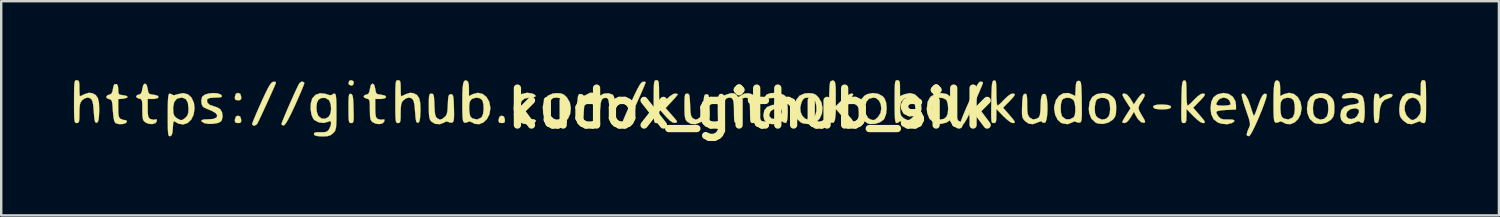
<source format=kicad_pcb>
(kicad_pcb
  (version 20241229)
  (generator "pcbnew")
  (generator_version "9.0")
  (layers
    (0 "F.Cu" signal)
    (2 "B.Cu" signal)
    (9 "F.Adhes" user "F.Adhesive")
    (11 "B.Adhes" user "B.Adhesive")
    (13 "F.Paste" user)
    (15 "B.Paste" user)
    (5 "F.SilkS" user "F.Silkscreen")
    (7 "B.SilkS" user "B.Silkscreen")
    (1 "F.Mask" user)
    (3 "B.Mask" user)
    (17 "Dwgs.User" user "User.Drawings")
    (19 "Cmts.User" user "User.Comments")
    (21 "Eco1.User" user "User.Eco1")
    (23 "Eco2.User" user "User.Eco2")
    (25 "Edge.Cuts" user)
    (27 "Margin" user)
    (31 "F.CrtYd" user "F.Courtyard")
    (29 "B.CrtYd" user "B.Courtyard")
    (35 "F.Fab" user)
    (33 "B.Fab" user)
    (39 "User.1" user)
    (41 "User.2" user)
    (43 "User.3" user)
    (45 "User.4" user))
  (footprint "kudox_github_silk"
    (layer "F.Cu")
    (at 27.945 1.418)
    (property "Reference" "kudox_github_silk" (at 0 0 0) (layer "F.SilkS") (effects (font (size 1.524 1.524) (thickness 0.3))))
    (attr through_hole)
    (fp_poly (pts (xy -16.418 -1.121) (xy -16.4 -1.049) (xy -16.439 -0.957) (xy -16.51 -0.939) (xy -16.602 -0.978) (xy -16.62 -1.049) (xy -16.581 -1.141) (xy -16.51 -1.16) (xy -16.418 -1.121)) (stroke (width 0.01) (type solid)) (fill yes) (layer "F.SilkS"))
    (fp_poly (pts (xy -21.086 -0.598) (xy -21.048 -0.483) (xy -21.05 -0.373) (xy -21.112 -0.335) (xy -21.176 -0.331) (xy -21.279 -0.347) (xy -21.308 -0.416) (xy -21.304 -0.483) (xy -21.264 -0.602) (xy -21.176 -0.635) (xy -21.086 -0.598)) (stroke (width 0.01) (type solid)) (fill yes) (layer "F.SilkS"))
    (fp_poly (pts (xy -21.086 0.34) (xy -21.048 0.456) (xy -21.05 0.566) (xy -21.112 0.604) (xy -21.176 0.607) (xy -21.279 0.592) (xy -21.308 0.523) (xy -21.304 0.456) (xy -21.264 0.337) (xy -21.176 0.304) (xy -21.086 0.34)) (stroke (width 0.01) (type solid)) (fill yes) (layer "F.SilkS"))
    (fp_poly (pts (xy -10.208 0.34) (xy -10.17 0.456) (xy -10.172 0.566) (xy -10.234 0.604) (xy -10.298 0.607) (xy -10.402 0.592) (xy -10.431 0.523) (xy -10.426 0.456) (xy -10.386 0.337) (xy -10.298 0.304) (xy -10.208 0.34)) (stroke (width 0.01) (type solid)) (fill yes) (layer "F.SilkS"))
    (fp_poly (pts (xy 16.985 -0.155) (xy 17.179 -0.137) (xy 17.281 -0.106) (xy 17.311 -0.055) (xy 17.279 -0.003) (xy 17.173 0.028) (xy 17.007 0.042) (xy 16.822 0.041) (xy 16.675 0.022) (xy 16.621 0.003) (xy 16.565 -0.063) (xy 16.607 -0.115) (xy 16.733 -0.148) (xy 16.931 -0.157) (xy 16.985 -0.155)) (stroke (width 0.01) (type solid)) (fill yes) (layer "F.SilkS"))
    (fp_poly (pts (xy -16.524 -0.597) (xy -16.48 -0.575) (xy -16.451 -0.518) (xy -16.431 -0.404) (xy -16.419 -0.216) (xy -16.412 0.014) (xy -16.406 0.276) (xy -16.407 0.447) (xy -16.419 0.546) (xy -16.444 0.593) (xy -16.486 0.607) (xy -16.508 0.607) (xy -16.557 0.601) (xy -16.589 0.568) (xy -16.608 0.491) (xy -16.617 0.35) (xy -16.62 0.126) (xy -16.62 -0.004) (xy -16.619 -0.271) (xy -16.612 -0.446) (xy -16.598 -0.547) (xy -16.572 -0.592) (xy -16.533 -0.598) (xy -16.524 -0.597)) (stroke (width 0.01) (type solid)) (fill yes) (layer "F.SilkS"))
    (fp_poly (pts (xy 9.536 -1.082) (xy 9.553 -1.055) (xy 9.531 -0.991) (xy 9.471 -0.844) (xy 9.381 -0.631) (xy 9.267 -0.371) (xy 9.172 -0.158) (xy 9.007 0.197) (xy 8.875 0.455) (xy 8.772 0.623) (xy 8.691 0.707) (xy 8.63 0.714) (xy 8.597 0.679) (xy 8.61 0.617) (xy 8.662 0.471) (xy 8.746 0.26) (xy 8.856 -0.000144) (xy 8.96 -0.235) (xy 9.112 -0.569) (xy 9.231 -0.812) (xy 9.321 -0.975) (xy 9.389 -1.068) (xy 9.441 -1.103) (xy 9.451 -1.104) (xy 9.536 -1.082)) (stroke (width 0.01) (type solid)) (fill yes) (layer "F.SilkS"))
    (fp_poly (pts (xy -19.622 -1.091) (xy -19.616 -1.04) (xy -19.673 -0.906) (xy -19.759 -0.709) (xy -19.866 -0.47) (xy -19.984 -0.212) (xy -20.102 0.046) (xy -20.212 0.282) (xy -20.304 0.475) (xy -20.367 0.605) (xy -20.391 0.649) (xy -20.483 0.711) (xy -20.52 0.718) (xy -20.588 0.678) (xy -20.595 0.649) (xy -20.572 0.577) (xy -20.512 0.424) (xy -20.42 0.207) (xy -20.306 -0.055) (xy -20.219 -0.248) (xy -20.074 -0.564) (xy -19.963 -0.791) (xy -19.879 -0.944) (xy -19.812 -1.037) (xy -19.754 -1.083) (xy -19.715 -1.095) (xy -19.622 -1.091)) (stroke (width 0.01) (type solid)) (fill yes) (layer "F.SilkS"))
    (fp_poly (pts (xy -18.451 -1.066) (xy -18.443 -1.035) (xy -18.465 -0.964) (xy -18.526 -0.811) (xy -18.618 -0.594) (xy -18.732 -0.332) (xy -18.819 -0.138) (xy -18.984 0.215) (xy -19.118 0.476) (xy -19.219 0.641) (xy -19.285 0.707) (xy -19.288 0.708) (xy -19.367 0.686) (xy -19.381 0.644) (xy -19.36 0.573) (xy -19.301 0.423) (xy -19.215 0.216) (xy -19.111 -0.027) (xy -18.998 -0.285) (xy -18.886 -0.536) (xy -18.784 -0.758) (xy -18.701 -0.931) (xy -18.648 -1.032) (xy -18.646 -1.035) (xy -18.557 -1.099) (xy -18.522 -1.104) (xy -18.451 -1.066)) (stroke (width 0.01) (type solid)) (fill yes) (layer "F.SilkS"))
    (fp_poly (pts (xy -4.385 -1.094) (xy -4.362 -1.075) (xy -4.384 -1.01) (xy -4.443 -0.866) (xy -4.53 -0.664) (xy -4.636 -0.425) (xy -4.75 -0.171) (xy -4.864 0.078) (xy -4.968 0.301) (xy -5.052 0.476) (xy -5.107 0.582) (xy -5.114 0.594) (xy -5.196 0.679) (xy -5.286 0.719) (xy -5.347 0.702) (xy -5.356 0.671) (xy -5.334 0.607) (xy -5.274 0.461) (xy -5.184 0.249) (xy -5.069 -0.011) (xy -4.973 -0.226) (xy -4.821 -0.557) (xy -4.703 -0.796) (xy -4.613 -0.958) (xy -4.543 -1.052) (xy -4.487 -1.092) (xy -4.476 -1.094) (xy -4.385 -1.094)) (stroke (width 0.01) (type solid)) (fill yes) (layer "F.SilkS"))
    (fp_poly (pts (xy -9.035 -0.61) (xy -8.916 -0.546) (xy -8.902 -0.49) (xy -8.988 -0.453) (xy -9.135 -0.442) (xy -9.345 -0.409) (xy -9.478 -0.304) (xy -9.543 -0.118) (xy -9.553 0.031) (xy -9.519 0.243) (xy -9.414 0.375) (xy -9.229 0.436) (xy -9.12 0.442) (xy -8.958 0.456) (xy -8.893 0.502) (xy -8.89 0.519) (xy -8.938 0.599) (xy -9.062 0.648) (xy -9.23 0.661) (xy -9.41 0.631) (xy -9.47 0.61) (xy -9.65 0.495) (xy -9.757 0.317) (xy -9.798 0.063) (xy -9.799 -0.001) (xy -9.79 -0.207) (xy -9.754 -0.343) (xy -9.681 -0.45) (xy -9.671 -0.461) (xy -9.483 -0.588) (xy -9.254 -0.641) (xy -9.035 -0.61)) (stroke (width 0.01) (type solid)) (fill yes) (layer "F.SilkS"))
    (fp_poly (pts (xy 25.877 -0.57) (xy 25.897 -0.488) (xy 25.904 -0.407) (xy 25.946 -0.416) (xy 25.997 -0.46) (xy 26.119 -0.539) (xy 26.257 -0.585) (xy 26.377 -0.593) (xy 26.444 -0.558) (xy 26.449 -0.536) (xy 26.4 -0.462) (xy 26.289 -0.415) (xy 26.117 -0.349) (xy 26.003 -0.226) (xy 25.935 -0.031) (xy 25.906 0.225) (xy 25.891 0.428) (xy 25.868 0.545) (xy 25.831 0.597) (xy 25.78 0.607) (xy 25.735 0.599) (xy 25.705 0.561) (xy 25.687 0.474) (xy 25.679 0.32) (xy 25.676 0.08) (xy 25.676 0) (xy 25.677 -0.266) (xy 25.683 -0.44) (xy 25.698 -0.543) (xy 25.724 -0.592) (xy 25.766 -0.607) (xy 25.787 -0.607) (xy 25.877 -0.57)) (stroke (width 0.01) (type solid)) (fill yes) (layer "F.SilkS"))
    (fp_poly (pts (xy 5.226 -0.6) (xy 5.413 -0.5) (xy 5.488 -0.416) (xy 5.559 -0.23) (xy 5.581 0.002) (xy 5.555 0.235) (xy 5.484 0.426) (xy 5.453 0.47) (xy 5.301 0.577) (xy 5.096 0.641) (xy 4.891 0.648) (xy 4.804 0.626) (xy 4.616 0.499) (xy 4.492 0.311) (xy 4.435 0.089) (xy 4.439 -0.002) (xy 4.693 -0.002) (xy 4.723 0.242) (xy 4.814 0.398) (xy 4.914 0.459) (xy 5.023 0.487) (xy 5.106 0.463) (xy 5.21 0.371) (xy 5.221 0.361) (xy 5.323 0.201) (xy 5.359 0.014) (xy 5.336 -0.171) (xy 5.259 -0.327) (xy 5.135 -0.424) (xy 5.04 -0.442) (xy 4.856 -0.399) (xy 4.741 -0.269) (xy 4.695 -0.052) (xy 4.693 -0.002) (xy 4.439 -0.002) (xy 4.445 -0.142) (xy 4.521 -0.353) (xy 4.665 -0.52) (xy 4.776 -0.583) (xy 5.001 -0.63) (xy 5.226 -0.6)) (stroke (width 0.01) (type solid)) (fill yes) (layer "F.SilkS"))
    (fp_poly (pts (xy -7.851 -0.614) (xy -7.729 -0.562) (xy -7.611 -0.45) (xy -7.492 -0.247) (xy -7.448 -0.013) (xy -7.474 0.223) (xy -7.567 0.43) (xy -7.724 0.576) (xy -7.738 0.584) (xy -7.988 0.655) (xy -8.243 0.624) (xy -8.344 0.58) (xy -8.5 0.435) (xy -8.589 0.215) (xy -8.601 -0.033) (xy -8.367 -0.033) (xy -8.349 0.156) (xy -8.279 0.312) (xy -8.171 0.422) (xy -8.043 0.471) (xy -7.908 0.446) (xy -7.782 0.334) (xy -7.742 0.27) (xy -7.699 0.111) (xy -7.7 -0.087) (xy -7.739 -0.271) (xy -7.787 -0.361) (xy -7.886 -0.417) (xy -8.033 -0.442) (xy -8.044 -0.442) (xy -8.175 -0.428) (xy -8.255 -0.365) (xy -8.317 -0.241) (xy -8.367 -0.033) (xy -8.601 -0.033) (xy -8.602 -0.06) (xy -8.599 -0.09) (xy -8.531 -0.349) (xy -8.394 -0.522) (xy -8.185 -0.612) (xy -8.029 -0.626) (xy -7.851 -0.614)) (stroke (width 0.01) (type solid)) (fill yes) (layer "F.SilkS"))
    (fp_poly (pts (xy 2.53 -0.614) (xy 2.652 -0.562) (xy 2.77 -0.45) (xy 2.889 -0.247) (xy 2.933 -0.013) (xy 2.907 0.223) (xy 2.813 0.43) (xy 2.657 0.576) (xy 2.642 0.584) (xy 2.393 0.655) (xy 2.138 0.624) (xy 2.037 0.58) (xy 1.881 0.435) (xy 1.792 0.215) (xy 1.78 -0.033) (xy 2.014 -0.033) (xy 2.032 0.156) (xy 2.102 0.312) (xy 2.209 0.422) (xy 2.338 0.471) (xy 2.473 0.446) (xy 2.599 0.334) (xy 2.639 0.27) (xy 2.682 0.111) (xy 2.681 -0.087) (xy 2.642 -0.271) (xy 2.593 -0.361) (xy 2.495 -0.417) (xy 2.348 -0.442) (xy 2.337 -0.442) (xy 2.206 -0.428) (xy 2.126 -0.365) (xy 2.064 -0.241) (xy 2.014 -0.033) (xy 1.78 -0.033) (xy 1.778 -0.06) (xy 1.781 -0.09) (xy 1.85 -0.349) (xy 1.987 -0.522) (xy 2.196 -0.612) (xy 2.352 -0.626) (xy 2.53 -0.614)) (stroke (width 0.01) (type solid)) (fill yes) (layer "F.SilkS"))
    (fp_poly (pts (xy 16.221 -0.582) (xy 16.217 -0.5) (xy 16.138 -0.352) (xy 16.096 -0.288) (xy 16.004 -0.141) (xy 15.969 -0.027) (xy 15.993 0.089) (xy 16.077 0.246) (xy 16.122 0.318) (xy 16.211 0.472) (xy 16.24 0.557) (xy 16.215 0.594) (xy 16.202 0.598) (xy 16.074 0.572) (xy 15.944 0.443) (xy 15.864 0.311) (xy 15.778 0.144) (xy 15.642 0.376) (xy 15.528 0.531) (xy 15.423 0.604) (xy 15.4 0.607) (xy 15.313 0.591) (xy 15.295 0.571) (xy 15.323 0.508) (xy 15.394 0.383) (xy 15.467 0.267) (xy 15.638 0) (xy 15.467 -0.267) (xy 15.358 -0.441) (xy 15.309 -0.543) (xy 15.314 -0.592) (xy 15.372 -0.607) (xy 15.403 -0.607) (xy 15.506 -0.557) (xy 15.621 -0.419) (xy 15.643 -0.385) (xy 15.775 -0.162) (xy 15.923 -0.385) (xy 16.025 -0.516) (xy 16.118 -0.596) (xy 16.152 -0.607) (xy 16.221 -0.582)) (stroke (width 0.01) (type solid)) (fill yes) (layer "F.SilkS"))
    (fp_poly (pts (xy 20.397 -0.526) (xy 20.491 -0.355) (xy 20.579 -0.112) (xy 20.64 0.083) (xy 20.691 0.233) (xy 20.723 0.31) (xy 20.725 0.313) (xy 20.753 0.277) (xy 20.804 0.157) (xy 20.87 -0.024) (xy 20.9 -0.111) (xy 20.996 -0.37) (xy 21.08 -0.529) (xy 21.159 -0.599) (xy 21.242 -0.59) (xy 21.252 -0.584) (xy 21.255 -0.522) (xy 21.219 -0.38) (xy 21.151 -0.18) (xy 21.061 0.058) (xy 20.957 0.314) (xy 20.847 0.568) (xy 20.74 0.798) (xy 20.645 0.986) (xy 20.569 1.109) (xy 20.527 1.149) (xy 20.445 1.128) (xy 20.43 1.078) (xy 20.455 0.969) (xy 20.514 0.827) (xy 20.518 0.82) (xy 20.553 0.742) (xy 20.568 0.666) (xy 20.559 0.569) (xy 20.522 0.428) (xy 20.453 0.22) (xy 20.395 0.053) (xy 20.315 -0.187) (xy 20.257 -0.389) (xy 20.226 -0.531) (xy 20.227 -0.588) (xy 20.307 -0.607) (xy 20.397 -0.526)) (stroke (width 0.01) (type solid)) (fill yes) (layer "F.SilkS"))
    (fp_poly (pts (xy 7.853 -0.627) (xy 8.061 -0.587) (xy 8.219 -0.475) (xy 8.304 -0.373) (xy 8.349 -0.26) (xy 8.364 -0.095) (xy 8.365 0) (xy 8.358 0.2) (xy 8.327 0.33) (xy 8.261 0.431) (xy 8.222 0.472) (xy 8.04 0.59) (xy 7.819 0.644) (xy 7.604 0.625) (xy 7.516 0.589) (xy 7.344 0.428) (xy 7.252 0.193) (xy 7.235 0.016) (xy 7.236 0.013) (xy 7.482 0.013) (xy 7.494 0.197) (xy 7.538 0.314) (xy 7.614 0.393) (xy 7.778 0.466) (xy 7.941 0.435) (xy 8.048 0.343) (xy 8.098 0.215) (xy 8.116 0.034) (xy 8.104 -0.156) (xy 8.062 -0.308) (xy 8.03 -0.355) (xy 7.895 -0.426) (xy 7.731 -0.434) (xy 7.589 -0.38) (xy 7.558 -0.35) (xy 7.513 -0.243) (xy 7.486 -0.075) (xy 7.482 0.013) (xy 7.236 0.013) (xy 7.27 -0.266) (xy 7.378 -0.467) (xy 7.562 -0.587) (xy 7.821 -0.627) (xy 7.853 -0.627)) (stroke (width 0.01) (type solid)) (fill yes) (layer "F.SilkS"))
    (fp_poly (pts (xy 14.534 -0.627) (xy 14.742 -0.587) (xy 14.901 -0.475) (xy 14.986 -0.373) (xy 15.03 -0.26) (xy 15.046 -0.095) (xy 15.047 0) (xy 15.039 0.2) (xy 15.008 0.33) (xy 14.942 0.431) (xy 14.903 0.472) (xy 14.721 0.59) (xy 14.5 0.644) (xy 14.285 0.625) (xy 14.197 0.589) (xy 14.025 0.428) (xy 13.933 0.193) (xy 13.917 0.016) (xy 13.917 0.013) (xy 14.163 0.013) (xy 14.175 0.197) (xy 14.219 0.314) (xy 14.295 0.393) (xy 14.46 0.466) (xy 14.622 0.435) (xy 14.729 0.343) (xy 14.779 0.215) (xy 14.798 0.034) (xy 14.785 -0.156) (xy 14.743 -0.308) (xy 14.711 -0.355) (xy 14.576 -0.426) (xy 14.412 -0.434) (xy 14.27 -0.38) (xy 14.239 -0.35) (xy 14.194 -0.243) (xy 14.167 -0.075) (xy 14.163 0.013) (xy 13.917 0.013) (xy 13.951 -0.266) (xy 14.06 -0.467) (xy 14.243 -0.587) (xy 14.503 -0.627) (xy 14.534 -0.627)) (stroke (width 0.01) (type solid)) (fill yes) (layer "F.SilkS"))
    (fp_poly (pts (xy 23.535 -0.627) (xy 23.743 -0.587) (xy 23.901 -0.475) (xy 23.986 -0.373) (xy 24.03 -0.26) (xy 24.046 -0.095) (xy 24.047 0) (xy 24.04 0.2) (xy 24.009 0.33) (xy 23.942 0.431) (xy 23.904 0.472) (xy 23.721 0.59) (xy 23.5 0.644) (xy 23.285 0.625) (xy 23.197 0.589) (xy 23.026 0.428) (xy 22.934 0.193) (xy 22.917 0.016) (xy 22.918 0.013) (xy 23.164 0.013) (xy 23.175 0.197) (xy 23.22 0.314) (xy 23.296 0.393) (xy 23.46 0.466) (xy 23.623 0.435) (xy 23.73 0.343) (xy 23.78 0.215) (xy 23.798 0.034) (xy 23.786 -0.156) (xy 23.743 -0.308) (xy 23.712 -0.355) (xy 23.577 -0.426) (xy 23.412 -0.434) (xy 23.271 -0.38) (xy 23.239 -0.35) (xy 23.195 -0.243) (xy 23.167 -0.075) (xy 23.164 0.013) (xy 22.918 0.013) (xy 22.951 -0.266) (xy 23.06 -0.467) (xy 23.244 -0.587) (xy 23.503 -0.627) (xy 23.535 -0.627)) (stroke (width 0.01) (type solid)) (fill yes) (layer "F.SilkS"))
    (fp_poly (pts (xy -22.023 -0.617) (xy -21.891 -0.571) (xy -21.844 -0.518) (xy -21.851 -0.473) (xy -21.931 -0.449) (xy -22.1 -0.442) (xy -22.118 -0.442) (xy -22.315 -0.431) (xy -22.423 -0.396) (xy -22.454 -0.358) (xy -22.448 -0.241) (xy -22.347 -0.145) (xy -22.186 -0.089) (xy -22.028 -0.035) (xy -21.911 0.037) (xy -21.836 0.163) (xy -21.813 0.328) (xy -21.843 0.481) (xy -21.894 0.552) (xy -22.019 0.607) (xy -22.205 0.639) (xy -22.401 0.642) (xy -22.56 0.613) (xy -22.57 0.609) (xy -22.678 0.544) (xy -22.683 0.491) (xy -22.592 0.459) (xy -22.419 0.454) (xy -22.196 0.439) (xy -22.066 0.38) (xy -22.033 0.293) (xy -22.102 0.194) (xy -22.274 0.096) (xy -22.333 0.074) (xy -22.488 0.011) (xy -22.604 -0.05) (xy -22.62 -0.062) (xy -22.677 -0.168) (xy -22.692 -0.321) (xy -22.66 -0.463) (xy -22.648 -0.484) (xy -22.548 -0.562) (xy -22.387 -0.611) (xy -22.2 -0.63) (xy -22.023 -0.617)) (stroke (width 0.01) (type solid)) (fill yes) (layer "F.SilkS"))
    (fp_poly (pts (xy 3.39 -1.142) (xy 3.433 -1.106) (xy 3.46 -1.024) (xy 3.474 -0.877) (xy 3.479 -0.643) (xy 3.479 -0.597) (xy 3.479 -0.087) (xy 3.743 -0.347) (xy 3.906 -0.49) (xy 4.048 -0.582) (xy 4.15 -0.615) (xy 4.196 -0.58) (xy 4.197 -0.57) (xy 4.164 -0.511) (xy 4.077 -0.395) (xy 3.972 -0.265) (xy 3.747 0.001) (xy 4.001 0.29) (xy 4.131 0.442) (xy 4.195 0.53) (xy 4.2 0.575) (xy 4.154 0.595) (xy 4.129 0.599) (xy 4.036 0.586) (xy 3.925 0.511) (xy 3.775 0.359) (xy 3.744 0.325) (xy 3.486 0.032) (xy 3.468 0.305) (xy 3.444 0.49) (xy 3.396 0.581) (xy 3.366 0.595) (xy 3.267 0.588) (xy 3.241 0.572) (xy 3.225 0.502) (xy 3.213 0.346) (xy 3.206 0.129) (xy 3.204 -0.126) (xy 3.206 -0.393) (xy 3.212 -0.648) (xy 3.223 -0.868) (xy 3.237 -1.027) (xy 3.253 -1.099) (xy 3.339 -1.148) (xy 3.39 -1.142)) (stroke (width 0.01) (type solid)) (fill yes) (layer "F.SilkS"))
    (fp_poly (pts (xy -24.945 -0.968) (xy -24.904 -0.807) (xy -24.903 -0.801) (xy -24.877 -0.658) (xy -24.826 -0.592) (xy -24.715 -0.567) (xy -24.668 -0.563) (xy -24.51 -0.528) (xy -24.453 -0.473) (xy -24.494 -0.419) (xy -24.632 -0.388) (xy -24.682 -0.387) (xy -24.903 -0.387) (xy -24.903 -0.002) (xy -24.898 0.209) (xy -24.88 0.336) (xy -24.84 0.408) (xy -24.797 0.44) (xy -24.669 0.471) (xy -24.598 0.461) (xy -24.529 0.457) (xy -24.525 0.53) (xy -24.59 0.614) (xy -24.718 0.651) (xy -24.872 0.637) (xy -25 0.579) (xy -25.063 0.522) (xy -25.1 0.446) (xy -25.118 0.321) (xy -25.124 0.121) (xy -25.124 0.056) (xy -25.126 -0.162) (xy -25.137 -0.294) (xy -25.163 -0.362) (xy -25.211 -0.39) (xy -25.244 -0.396) (xy -25.354 -0.439) (xy -25.382 -0.501) (xy -25.321 -0.552) (xy -25.279 -0.562) (xy -25.191 -0.596) (xy -25.144 -0.688) (xy -25.124 -0.801) (xy -25.083 -0.965) (xy -25.016 -1.021) (xy -25.013 -1.022) (xy -24.945 -0.968)) (stroke (width 0.01) (type solid)) (fill yes) (layer "F.SilkS"))
    (fp_poly (pts (xy -15.558 -0.968) (xy -15.517 -0.807) (xy -15.516 -0.801) (xy -15.49 -0.658) (xy -15.439 -0.592) (xy -15.328 -0.567) (xy -15.281 -0.563) (xy -15.123 -0.528) (xy -15.066 -0.473) (xy -15.107 -0.419) (xy -15.245 -0.388) (xy -15.295 -0.387) (xy -15.516 -0.387) (xy -15.516 -0.002) (xy -15.511 0.209) (xy -15.493 0.336) (xy -15.453 0.408) (xy -15.41 0.44) (xy -15.282 0.471) (xy -15.211 0.461) (xy -15.142 0.457) (xy -15.138 0.53) (xy -15.203 0.614) (xy -15.331 0.651) (xy -15.485 0.637) (xy -15.613 0.579) (xy -15.676 0.522) (xy -15.713 0.446) (xy -15.731 0.321) (xy -15.737 0.121) (xy -15.737 0.056) (xy -15.739 -0.162) (xy -15.75 -0.294) (xy -15.776 -0.362) (xy -15.824 -0.39) (xy -15.857 -0.396) (xy -15.967 -0.439) (xy -15.995 -0.501) (xy -15.934 -0.552) (xy -15.892 -0.562) (xy -15.804 -0.596) (xy -15.757 -0.688) (xy -15.737 -0.801) (xy -15.696 -0.965) (xy -15.629 -1.021) (xy -15.627 -1.022) (xy -15.558 -0.968)) (stroke (width 0.01) (type solid)) (fill yes) (layer "F.SilkS"))
    (fp_poly (pts (xy 11.326 -0.594) (xy 11.355 -0.55) (xy 11.37 -0.444) (xy 11.375 -0.255) (xy 11.375 -0.17) (xy 11.379 0.066) (xy 11.397 0.22) (xy 11.433 0.32) (xy 11.484 0.385) (xy 11.616 0.46) (xy 11.766 0.431) (xy 11.858 0.371) (xy 11.899 0.281) (xy 11.923 0.096) (xy 11.928 -0.076) (xy 11.938 -0.344) (xy 11.97 -0.512) (xy 12.027 -0.591) (xy 12.113 -0.59) (xy 12.115 -0.59) (xy 12.161 -0.519) (xy 12.193 -0.368) (xy 12.21 -0.166) (xy 12.213 0.057) (xy 12.201 0.274) (xy 12.175 0.454) (xy 12.135 0.568) (xy 12.11 0.591) (xy 12.022 0.592) (xy 11.995 0.563) (xy 11.948 0.532) (xy 11.838 0.569) (xy 11.815 0.581) (xy 11.607 0.654) (xy 11.434 0.631) (xy 11.287 0.525) (xy 11.221 0.45) (xy 11.181 0.371) (xy 11.163 0.26) (xy 11.161 0.086) (xy 11.166 -0.096) (xy 11.177 -0.333) (xy 11.194 -0.481) (xy 11.221 -0.561) (xy 11.265 -0.594) (xy 11.278 -0.597) (xy 11.326 -0.594)) (stroke (width 0.01) (type solid)) (fill yes) (layer "F.SilkS"))
    (fp_poly (pts (xy 19.691 -0.593) (xy 19.861 -0.475) (xy 19.966 -0.292) (xy 19.989 -0.133) (xy 19.989 0.05) (xy 19.593 0.067) (xy 19.389 0.083) (xy 19.242 0.11) (xy 19.177 0.143) (xy 19.177 0.143) (xy 19.194 0.225) (xy 19.264 0.337) (xy 19.349 0.418) (xy 19.455 0.454) (xy 19.624 0.459) (xy 19.653 0.458) (xy 19.837 0.463) (xy 19.923 0.495) (xy 19.909 0.55) (xy 19.827 0.605) (xy 19.629 0.656) (xy 19.392 0.635) (xy 19.242 0.586) (xy 19.068 0.453) (xy 18.967 0.239) (xy 18.94 0.001) (xy 18.962 -0.209) (xy 19.18 -0.209) (xy 19.181 -0.146) (xy 19.266 -0.118) (xy 19.445 -0.11) (xy 19.464 -0.11) (xy 19.641 -0.12) (xy 19.748 -0.147) (xy 19.768 -0.169) (xy 19.723 -0.319) (xy 19.612 -0.413) (xy 19.468 -0.442) (xy 19.324 -0.395) (xy 19.246 -0.319) (xy 19.18 -0.209) (xy 18.962 -0.209) (xy 18.968 -0.266) (xy 19.057 -0.452) (xy 19.215 -0.571) (xy 19.239 -0.582) (xy 19.477 -0.633) (xy 19.691 -0.593)) (stroke (width 0.01) (type solid)) (fill yes) (layer "F.SilkS"))
    (fp_poly (pts (xy -26.178 -0.994) (xy -26.173 -0.994) (xy -26.138 -0.945) (xy -26.119 -0.823) (xy -26.118 -0.776) (xy -26.111 -0.636) (xy -26.071 -0.57) (xy -25.969 -0.546) (xy -25.923 -0.542) (xy -25.795 -0.517) (xy -25.731 -0.477) (xy -25.729 -0.469) (xy -25.778 -0.429) (xy -25.897 -0.4) (xy -25.923 -0.397) (xy -26.118 -0.38) (xy -26.118 0.001) (xy -26.113 0.211) (xy -26.094 0.337) (xy -26.055 0.408) (xy -26.01 0.441) (xy -25.892 0.482) (xy -25.83 0.484) (xy -25.768 0.514) (xy -25.759 0.552) (xy -25.807 0.61) (xy -25.922 0.646) (xy -26.065 0.653) (xy -26.195 0.627) (xy -26.228 0.61) (xy -26.278 0.535) (xy -26.313 0.375) (xy -26.338 0.117) (xy -26.339 0.099) (xy -26.355 -0.127) (xy -26.374 -0.264) (xy -26.404 -0.337) (xy -26.451 -0.369) (xy -26.491 -0.377) (xy -26.588 -0.419) (xy -26.615 -0.469) (xy -26.568 -0.535) (xy -26.491 -0.562) (xy -26.402 -0.6) (xy -26.354 -0.702) (xy -26.339 -0.789) (xy -26.311 -0.922) (xy -26.278 -0.992) (xy -26.27 -0.996) (xy -26.178 -0.994)) (stroke (width 0.01) (type solid)) (fill yes) (layer "F.SilkS"))
    (fp_poly (pts (xy -13.146 -0.597) (xy -13.113 -0.553) (xy -13.093 -0.453) (xy -13.08 -0.276) (xy -13.075 -0.131) (xy -13.064 0.107) (xy -13.045 0.259) (xy -13.013 0.352) (xy -12.962 0.409) (xy -12.943 0.422) (xy -12.851 0.466) (xy -12.767 0.445) (xy -12.683 0.385) (xy -12.609 0.316) (xy -12.564 0.233) (xy -12.539 0.107) (xy -12.525 -0.092) (xy -12.523 -0.154) (xy -12.512 -0.37) (xy -12.495 -0.498) (xy -12.465 -0.56) (xy -12.416 -0.579) (xy -12.396 -0.58) (xy -12.346 -0.572) (xy -12.313 -0.534) (xy -12.293 -0.448) (xy -12.28 -0.293) (xy -12.271 -0.05) (xy -12.27 -0.013) (xy -12.265 0.25) (xy -12.271 0.423) (xy -12.288 0.525) (xy -12.319 0.575) (xy -12.34 0.587) (xy -12.453 0.585) (xy -12.494 0.563) (xy -12.587 0.541) (xy -12.669 0.584) (xy -12.847 0.654) (xy -13.039 0.642) (xy -13.197 0.552) (xy -13.25 0.485) (xy -13.283 0.394) (xy -13.3 0.254) (xy -13.307 0.04) (xy -13.307 -0.083) (xy -13.306 -0.327) (xy -13.298 -0.481) (xy -13.279 -0.565) (xy -13.246 -0.601) (xy -13.199 -0.607) (xy -13.146 -0.597)) (stroke (width 0.01) (type solid)) (fill yes) (layer "F.SilkS"))
    (fp_poly (pts (xy -3.869 -1.152) (xy -3.837 -1.114) (xy -3.819 -1.027) (xy -3.811 -0.869) (xy -3.81 -0.635) (xy -3.807 -0.41) (xy -3.8 -0.233) (xy -3.789 -0.128) (xy -3.781 -0.11) (xy -3.731 -0.147) (xy -3.629 -0.243) (xy -3.515 -0.359) (xy -3.358 -0.502) (xy -3.222 -0.589) (xy -3.157 -0.607) (xy -3.062 -0.596) (xy -3.037 -0.577) (xy -3.072 -0.525) (xy -3.163 -0.416) (xy -3.288 -0.279) (xy -3.54 -0.01) (xy -3.277 0.285) (xy -3.144 0.438) (xy -3.077 0.527) (xy -3.069 0.573) (xy -3.112 0.593) (xy -3.146 0.599) (xy -3.239 0.587) (xy -3.349 0.517) (xy -3.495 0.374) (xy -3.541 0.323) (xy -3.805 0.028) (xy -3.808 0.318) (xy -3.814 0.488) (xy -3.838 0.575) (xy -3.889 0.605) (xy -3.92 0.607) (xy -3.962 0.602) (xy -3.991 0.576) (xy -4.011 0.513) (xy -4.023 0.398) (xy -4.029 0.214) (xy -4.031 -0.055) (xy -4.031 -0.276) (xy -4.03 -0.606) (xy -4.027 -0.842) (xy -4.019 -0.999) (xy -4.005 -1.094) (xy -3.982 -1.141) (xy -3.948 -1.158) (xy -3.92 -1.16) (xy -3.869 -1.152)) (stroke (width 0.01) (type solid)) (fill yes) (layer "F.SilkS"))
    (fp_poly (pts (xy -2.6 -0.597) (xy -2.566 -0.553) (xy -2.546 -0.453) (xy -2.534 -0.276) (xy -2.528 -0.131) (xy -2.517 0.107) (xy -2.498 0.259) (xy -2.467 0.352) (xy -2.416 0.409) (xy -2.397 0.422) (xy -2.305 0.466) (xy -2.22 0.445) (xy -2.137 0.385) (xy -2.062 0.316) (xy -2.017 0.233) (xy -1.992 0.107) (xy -1.979 -0.092) (xy -1.976 -0.154) (xy -1.965 -0.37) (xy -1.948 -0.498) (xy -1.919 -0.56) (xy -1.87 -0.579) (xy -1.85 -0.58) (xy -1.8 -0.572) (xy -1.767 -0.534) (xy -1.746 -0.448) (xy -1.733 -0.293) (xy -1.725 -0.05) (xy -1.724 -0.013) (xy -1.719 0.25) (xy -1.724 0.423) (xy -1.741 0.525) (xy -1.772 0.575) (xy -1.793 0.587) (xy -1.906 0.585) (xy -1.947 0.563) (xy -2.04 0.541) (xy -2.123 0.584) (xy -2.3 0.654) (xy -2.493 0.642) (xy -2.65 0.552) (xy -2.703 0.485) (xy -2.736 0.394) (xy -2.754 0.254) (xy -2.76 0.04) (xy -2.761 -0.083) (xy -2.759 -0.327) (xy -2.751 -0.481) (xy -2.733 -0.565) (xy -2.699 -0.601) (xy -2.653 -0.607) (xy -2.6 -0.597)) (stroke (width 0.01) (type solid)) (fill yes) (layer "F.SilkS"))
    (fp_poly (pts (xy 10.053 -1.147) (xy 10.081 -1.108) (xy 10.097 -1.011) (xy 10.104 -0.839) (xy 10.105 -0.639) (xy 10.109 -0.413) (xy 10.121 -0.235) (xy 10.139 -0.129) (xy 10.152 -0.11) (xy 10.211 -0.148) (xy 10.317 -0.247) (xy 10.424 -0.359) (xy 10.569 -0.497) (xy 10.698 -0.586) (xy 10.764 -0.607) (xy 10.847 -0.597) (xy 10.866 -0.559) (xy 10.816 -0.478) (xy 10.692 -0.341) (xy 10.63 -0.277) (xy 10.382 -0.025) (xy 10.63 0.259) (xy 10.774 0.428) (xy 10.851 0.531) (xy 10.865 0.585) (xy 10.824 0.605) (xy 10.773 0.607) (xy 10.684 0.57) (xy 10.55 0.47) (xy 10.399 0.33) (xy 10.387 0.318) (xy 10.106 0.028) (xy 10.105 0.318) (xy 10.1 0.488) (xy 10.077 0.575) (xy 10.027 0.605) (xy 9.993 0.607) (xy 9.951 0.603) (xy 9.921 0.578) (xy 9.903 0.518) (xy 9.893 0.406) (xy 9.89 0.225) (xy 9.893 -0.039) (xy 9.896 -0.262) (xy 9.903 -0.592) (xy 9.912 -0.827) (xy 9.924 -0.985) (xy 9.942 -1.08) (xy 9.969 -1.129) (xy 10.004 -1.148) (xy 10.008 -1.149) (xy 10.053 -1.147)) (stroke (width 0.01) (type solid)) (fill yes) (layer "F.SilkS"))
    (fp_poly (pts (xy 17.894 -1.147) (xy 17.922 -1.108) (xy 17.938 -1.011) (xy 17.945 -0.839) (xy 17.946 -0.639) (xy 17.95 -0.413) (xy 17.962 -0.235) (xy 17.98 -0.129) (xy 17.992 -0.11) (xy 18.052 -0.148) (xy 18.158 -0.247) (xy 18.265 -0.359) (xy 18.409 -0.497) (xy 18.539 -0.586) (xy 18.605 -0.607) (xy 18.688 -0.597) (xy 18.707 -0.559) (xy 18.657 -0.478) (xy 18.533 -0.341) (xy 18.471 -0.277) (xy 18.223 -0.025) (xy 18.471 0.259) (xy 18.615 0.428) (xy 18.692 0.531) (xy 18.706 0.585) (xy 18.665 0.605) (xy 18.614 0.607) (xy 18.525 0.57) (xy 18.391 0.47) (xy 18.24 0.33) (xy 18.228 0.318) (xy 17.947 0.028) (xy 17.946 0.318) (xy 17.941 0.488) (xy 17.918 0.575) (xy 17.868 0.605) (xy 17.834 0.607) (xy 17.792 0.603) (xy 17.762 0.578) (xy 17.743 0.518) (xy 17.734 0.406) (xy 17.731 0.225) (xy 17.733 -0.039) (xy 17.737 -0.262) (xy 17.744 -0.592) (xy 17.753 -0.827) (xy 17.765 -0.985) (xy 17.783 -1.08) (xy 17.809 -1.129) (xy 17.845 -1.148) (xy 17.849 -1.149) (xy 17.894 -1.147)) (stroke (width 0.01) (type solid)) (fill yes) (layer "F.SilkS"))
    (fp_poly (pts (xy 1.145 -0.618) (xy 1.316 -0.562) (xy 1.394 -0.51) (xy 1.441 -0.42) (xy 1.474 -0.26) (xy 1.494 -0.06) (xy 1.5 0.154) (xy 1.492 0.354) (xy 1.47 0.511) (xy 1.432 0.598) (xy 1.411 0.607) (xy 1.317 0.574) (xy 1.298 0.552) (xy 1.226 0.534) (xy 1.104 0.58) (xy 0.902 0.654) (xy 0.732 0.638) (xy 0.62 0.577) (xy 0.528 0.47) (xy 0.497 0.305) (xy 0.497 0.282) (xy 0.501 0.261) (xy 0.734 0.261) (xy 0.744 0.327) (xy 0.821 0.418) (xy 0.948 0.444) (xy 1.085 0.406) (xy 1.184 0.319) (xy 1.267 0.159) (xy 1.254 0.054) (xy 1.147 0.004) (xy 1.085 0) (xy 0.908 0.037) (xy 0.783 0.131) (xy 0.734 0.261) (xy 0.501 0.261) (xy 0.533 0.082) (xy 0.646 -0.053) (xy 0.847 -0.131) (xy 0.993 -0.153) (xy 1.183 -0.189) (xy 1.266 -0.248) (xy 1.241 -0.333) (xy 1.186 -0.387) (xy 1.056 -0.431) (xy 0.83 -0.425) (xy 0.824 -0.424) (xy 0.659 -0.409) (xy 0.579 -0.419) (xy 0.56 -0.46) (xy 0.563 -0.483) (xy 0.63 -0.569) (xy 0.77 -0.62) (xy 0.953 -0.637) (xy 1.145 -0.618)) (stroke (width 0.01) (type solid)) (fill yes) (layer "F.SilkS"))
    (fp_poly (pts (xy 24.944 -0.618) (xy 25.114 -0.562) (xy 25.193 -0.51) (xy 25.239 -0.42) (xy 25.273 -0.26) (xy 25.293 -0.06) (xy 25.299 0.154) (xy 25.291 0.354) (xy 25.268 0.511) (xy 25.23 0.598) (xy 25.21 0.607) (xy 25.116 0.574) (xy 25.096 0.552) (xy 25.025 0.534) (xy 24.903 0.58) (xy 24.701 0.654) (xy 24.531 0.638) (xy 24.418 0.577) (xy 24.326 0.47) (xy 24.296 0.305) (xy 24.296 0.282) (xy 24.299 0.261) (xy 24.533 0.261) (xy 24.543 0.327) (xy 24.62 0.418) (xy 24.747 0.444) (xy 24.884 0.406) (xy 24.983 0.319) (xy 25.065 0.159) (xy 25.053 0.054) (xy 24.946 0.004) (xy 24.884 0) (xy 24.707 0.037) (xy 24.582 0.131) (xy 24.533 0.261) (xy 24.299 0.261) (xy 24.331 0.082) (xy 24.445 -0.053) (xy 24.646 -0.131) (xy 24.792 -0.153) (xy 24.982 -0.189) (xy 25.064 -0.248) (xy 25.04 -0.333) (xy 24.985 -0.387) (xy 24.855 -0.431) (xy 24.629 -0.425) (xy 24.622 -0.424) (xy 24.458 -0.409) (xy 24.378 -0.419) (xy 24.358 -0.46) (xy 24.361 -0.483) (xy 24.428 -0.569) (xy 24.569 -0.62) (xy 24.752 -0.637) (xy 24.944 -0.618)) (stroke (width 0.01) (type solid)) (fill yes) (layer "F.SilkS"))
    (fp_poly (pts (xy -11.739 -1.142) (xy -11.684 -1.088) (xy -11.657 -0.965) (xy -11.651 -0.807) (xy -11.651 -0.505) (xy -11.485 -0.588) (xy -11.279 -0.639) (xy -11.087 -0.593) (xy -10.926 -0.466) (xy -10.814 -0.271) (xy -10.768 -0.023) (xy -10.767 0) (xy -10.805 0.241) (xy -10.907 0.44) (xy -11.054 0.582) (xy -11.227 0.654) (xy -11.409 0.641) (xy -11.516 0.584) (xy -11.629 0.537) (xy -11.691 0.563) (xy -11.799 0.596) (xy -11.843 0.588) (xy -11.877 0.558) (xy -11.901 0.487) (xy -11.915 0.359) (xy -11.923 0.158) (xy -11.926 -0.097) (xy -11.643 -0.097) (xy -11.64 0.047) (xy -11.623 0.232) (xy -11.588 0.341) (xy -11.524 0.404) (xy -11.491 0.422) (xy -11.315 0.461) (xy -11.162 0.393) (xy -11.113 0.341) (xy -11.066 0.221) (xy -11.046 0.042) (xy -11.053 -0.151) (xy -11.089 -0.309) (xy -11.101 -0.335) (xy -11.2 -0.417) (xy -11.347 -0.44) (xy -11.498 -0.402) (xy -11.567 -0.352) (xy -11.622 -0.256) (xy -11.643 -0.097) (xy -11.926 -0.097) (xy -11.926 -0.133) (xy -11.926 -0.233) (xy -11.923 -0.588) (xy -11.911 -0.845) (xy -11.889 -1.016) (xy -11.854 -1.114) (xy -11.804 -1.152) (xy -11.739 -1.142)) (stroke (width 0.01) (type solid)) (fill yes) (layer "F.SilkS"))
    (fp_poly (pts (xy 21.722 -1.142) (xy 21.778 -1.088) (xy 21.805 -0.965) (xy 21.811 -0.807) (xy 21.811 -0.505) (xy 21.977 -0.588) (xy 22.183 -0.639) (xy 22.375 -0.593) (xy 22.536 -0.466) (xy 22.648 -0.271) (xy 22.694 -0.023) (xy 22.694 0) (xy 22.656 0.241) (xy 22.555 0.44) (xy 22.408 0.582) (xy 22.235 0.654) (xy 22.053 0.641) (xy 21.946 0.584) (xy 21.833 0.537) (xy 21.77 0.563) (xy 21.663 0.596) (xy 21.618 0.588) (xy 21.585 0.558) (xy 21.561 0.487) (xy 21.546 0.359) (xy 21.538 0.158) (xy 21.536 -0.097) (xy 21.819 -0.097) (xy 21.822 0.047) (xy 21.839 0.232) (xy 21.873 0.341) (xy 21.938 0.404) (xy 21.971 0.422) (xy 22.147 0.461) (xy 22.3 0.393) (xy 22.349 0.341) (xy 22.396 0.221) (xy 22.416 0.042) (xy 22.408 -0.151) (xy 22.373 -0.309) (xy 22.361 -0.335) (xy 22.262 -0.417) (xy 22.114 -0.44) (xy 21.964 -0.402) (xy 21.895 -0.352) (xy 21.839 -0.256) (xy 21.819 -0.097) (xy 21.536 -0.097) (xy 21.536 -0.133) (xy 21.536 -0.233) (xy 21.539 -0.588) (xy 21.551 -0.845) (xy 21.572 -1.016) (xy 21.607 -1.114) (xy 21.658 -1.152) (xy 21.722 -1.142)) (stroke (width 0.01) (type solid)) (fill yes) (layer "F.SilkS"))
    (fp_poly (pts (xy -27.768 -1.147) (xy -27.735 -1.094) (xy -27.721 -0.975) (xy -27.719 -0.828) (xy -27.716 -0.653) (xy -27.709 -0.533) (xy -27.7 -0.497) (xy -27.643 -0.519) (xy -27.528 -0.573) (xy -27.506 -0.584) (xy -27.326 -0.641) (xy -27.18 -0.621) (xy -27.046 -0.548) (xy -26.959 -0.422) (xy -26.913 -0.228) (xy -26.902 0.053) (xy -26.904 0.137) (xy -26.916 0.366) (xy -26.936 0.505) (xy -26.969 0.575) (xy -27.007 0.595) (xy -27.052 0.587) (xy -27.082 0.529) (xy -27.104 0.403) (xy -27.122 0.189) (xy -27.126 0.134) (xy -27.148 -0.127) (xy -27.183 -0.296) (xy -27.238 -0.392) (xy -27.324 -0.434) (xy -27.402 -0.441) (xy -27.511 -0.405) (xy -27.609 -0.331) (xy -27.668 -0.252) (xy -27.702 -0.141) (xy -27.717 0.03) (xy -27.719 0.193) (xy -27.722 0.405) (xy -27.734 0.529) (xy -27.761 0.589) (xy -27.81 0.607) (xy -27.83 0.607) (xy -27.871 0.602) (xy -27.9 0.576) (xy -27.92 0.513) (xy -27.932 0.398) (xy -27.938 0.214) (xy -27.94 -0.055) (xy -27.94 -0.276) (xy -27.939 -0.606) (xy -27.936 -0.842) (xy -27.928 -0.999) (xy -27.914 -1.094) (xy -27.891 -1.141) (xy -27.857 -1.158) (xy -27.83 -1.16) (xy -27.768 -1.147)) (stroke (width 0.01) (type solid)) (fill yes) (layer "F.SilkS"))
    (fp_poly (pts (xy -14.516 -1.147) (xy -14.482 -1.094) (xy -14.469 -0.975) (xy -14.467 -0.828) (xy -14.464 -0.653) (xy -14.457 -0.533) (xy -14.448 -0.497) (xy -14.391 -0.519) (xy -14.276 -0.573) (xy -14.254 -0.584) (xy -14.074 -0.641) (xy -13.928 -0.621) (xy -13.794 -0.548) (xy -13.707 -0.422) (xy -13.661 -0.228) (xy -13.65 0.053) (xy -13.652 0.137) (xy -13.664 0.366) (xy -13.684 0.505) (xy -13.717 0.575) (xy -13.755 0.595) (xy -13.799 0.587) (xy -13.83 0.529) (xy -13.852 0.403) (xy -13.87 0.189) (xy -13.874 0.134) (xy -13.896 -0.127) (xy -13.931 -0.296) (xy -13.986 -0.392) (xy -14.072 -0.434) (xy -14.149 -0.441) (xy -14.258 -0.405) (xy -14.357 -0.331) (xy -14.416 -0.252) (xy -14.45 -0.141) (xy -14.465 0.03) (xy -14.467 0.193) (xy -14.47 0.405) (xy -14.481 0.529) (xy -14.509 0.589) (xy -14.558 0.607) (xy -14.577 0.607) (xy -14.619 0.602) (xy -14.648 0.576) (xy -14.668 0.513) (xy -14.68 0.398) (xy -14.686 0.214) (xy -14.688 -0.055) (xy -14.688 -0.276) (xy -14.687 -0.606) (xy -14.684 -0.842) (xy -14.676 -0.999) (xy -14.662 -1.094) (xy -14.639 -1.141) (xy -14.605 -1.158) (xy -14.577 -1.16) (xy -14.516 -1.147)) (stroke (width 0.01) (type solid)) (fill yes) (layer "F.SilkS"))
    (fp_poly (pts (xy 6.081 -1.147) (xy 6.114 -1.094) (xy 6.127 -0.974) (xy 6.129 -0.831) (xy 6.129 -0.503) (xy 6.318 -0.581) (xy 6.544 -0.628) (xy 6.74 -0.576) (xy 6.892 -0.438) (xy 6.987 -0.224) (xy 7.013 0) (xy 6.975 0.256) (xy 6.874 0.461) (xy 6.725 0.6) (xy 6.547 0.662) (xy 6.354 0.633) (xy 6.255 0.579) (xy 6.148 0.531) (xy 6.102 0.552) (xy 6.022 0.603) (xy 5.988 0.607) (xy 5.957 0.591) (xy 5.936 0.531) (xy 5.921 0.413) (xy 5.913 0.223) (xy 5.909 -0.005) (xy 6.13 -0.005) (xy 6.14 0.19) (xy 6.18 0.312) (xy 6.266 0.396) (xy 6.322 0.431) (xy 6.431 0.484) (xy 6.511 0.479) (xy 6.613 0.408) (xy 6.634 0.391) (xy 6.717 0.299) (xy 6.756 0.174) (xy 6.764 0.013) (xy 6.738 -0.228) (xy 6.656 -0.377) (xy 6.515 -0.439) (xy 6.472 -0.442) (xy 6.29 -0.398) (xy 6.176 -0.267) (xy 6.131 -0.051) (xy 6.13 -0.005) (xy 5.909 -0.005) (xy 5.909 -0.054) (xy 5.908 -0.276) (xy 5.909 -0.606) (xy 5.912 -0.842) (xy 5.92 -0.999) (xy 5.934 -1.094) (xy 5.957 -1.141) (xy 5.991 -1.158) (xy 6.019 -1.16) (xy 6.081 -1.147)) (stroke (width 0.01) (type solid)) (fill yes) (layer "F.SilkS"))
    (fp_poly (pts (xy 13.543 -1.126) (xy 13.573 -1.098) (xy 13.594 -1.031) (xy 13.608 -0.91) (xy 13.617 -0.717) (xy 13.624 -0.438) (xy 13.626 -0.289) (xy 13.631 0.04) (xy 13.63 0.274) (xy 13.621 0.43) (xy 13.605 0.525) (xy 13.579 0.573) (xy 13.557 0.587) (xy 13.444 0.585) (xy 13.403 0.563) (xy 13.31 0.541) (xy 13.228 0.584) (xy 13.043 0.654) (xy 12.83 0.621) (xy 12.772 0.597) (xy 12.633 0.474) (xy 12.534 0.277) (xy 12.49 0.041) (xy 12.491 -0.002) (xy 12.757 -0.002) (xy 12.771 0.186) (xy 12.812 0.323) (xy 12.824 0.342) (xy 12.968 0.449) (xy 13.137 0.453) (xy 13.294 0.371) (xy 13.341 0.278) (xy 13.362 0.118) (xy 13.359 -0.067) (xy 13.331 -0.237) (xy 13.281 -0.35) (xy 13.276 -0.355) (xy 13.145 -0.427) (xy 12.99 -0.437) (xy 12.859 -0.388) (xy 12.812 -0.335) (xy 12.771 -0.191) (xy 12.757 -0.002) (xy 12.491 -0.002) (xy 12.494 -0.094) (xy 12.562 -0.337) (xy 12.692 -0.516) (xy 12.866 -0.619) (xy 13.066 -0.632) (xy 13.198 -0.587) (xy 13.357 -0.508) (xy 13.374 -0.82) (xy 13.388 -0.999) (xy 13.415 -1.094) (xy 13.463 -1.129) (xy 13.501 -1.132) (xy 13.543 -1.126)) (stroke (width 0.01) (type solid)) (fill yes) (layer "F.SilkS"))
    (fp_poly (pts (xy 27.76 -1.154) (xy 27.79 -1.128) (xy 27.81 -1.065) (xy 27.821 -0.95) (xy 27.827 -0.766) (xy 27.829 -0.497) (xy 27.83 -0.276) (xy 27.829 0.054) (xy 27.826 0.29) (xy 27.818 0.447) (xy 27.803 0.542) (xy 27.78 0.589) (xy 27.747 0.606) (xy 27.719 0.607) (xy 27.629 0.584) (xy 27.609 0.551) (xy 27.567 0.534) (xy 27.461 0.571) (xy 27.446 0.578) (xy 27.239 0.653) (xy 27.067 0.633) (xy 26.899 0.514) (xy 26.887 0.501) (xy 26.793 0.394) (xy 26.745 0.284) (xy 26.727 0.13) (xy 26.726 0.089) (xy 26.947 0.089) (xy 27.011 0.27) (xy 27.082 0.361) (xy 27.2 0.465) (xy 27.293 0.486) (xy 27.404 0.427) (xy 27.463 0.383) (xy 27.574 0.239) (xy 27.618 0.06) (xy 27.601 -0.127) (xy 27.53 -0.292) (xy 27.412 -0.406) (xy 27.277 -0.442) (xy 27.121 -0.395) (xy 27.009 -0.272) (xy 26.949 -0.101) (xy 26.947 0.089) (xy 26.726 0.089) (xy 26.725 0.012) (xy 26.76 -0.275) (xy 26.86 -0.483) (xy 27.016 -0.604) (xy 27.22 -0.632) (xy 27.429 -0.578) (xy 27.609 -0.503) (xy 27.609 -0.831) (xy 27.613 -1.015) (xy 27.631 -1.114) (xy 27.671 -1.154) (xy 27.719 -1.16) (xy 27.76 -1.154)) (stroke (width 0.01) (type solid)) (fill yes) (layer "F.SilkS"))
    (fp_poly (pts (xy -23.243 -0.576) (xy -23.091 -0.437) (xy -22.996 -0.223) (xy -22.97 0) (xy -23.008 0.261) (xy -23.108 0.467) (xy -23.256 0.606) (xy -23.435 0.666) (xy -23.629 0.634) (xy -23.728 0.579) (xy -23.796 0.537) (xy -23.833 0.544) (xy -23.852 0.621) (xy -23.864 0.787) (xy -23.865 0.813) (xy -23.882 1.002) (xy -23.914 1.106) (xy -23.969 1.147) (xy -23.978 1.149) (xy -24.014 1.148) (xy -24.04 1.119) (xy -24.057 1.046) (xy -24.068 0.914) (xy -24.073 0.708) (xy -24.075 0.412) (xy -24.075 0.28) (xy -24.074 -0.005) (xy -23.853 -0.005) (xy -23.843 0.19) (xy -23.803 0.312) (xy -23.717 0.396) (xy -23.661 0.431) (xy -23.552 0.484) (xy -23.472 0.479) (xy -23.37 0.408) (xy -23.349 0.391) (xy -23.266 0.299) (xy -23.227 0.174) (xy -23.219 0.013) (xy -23.245 -0.228) (xy -23.327 -0.377) (xy -23.468 -0.439) (xy -23.511 -0.442) (xy -23.693 -0.398) (xy -23.807 -0.267) (xy -23.852 -0.051) (xy -23.853 -0.005) (xy -24.074 -0.005) (xy -24.073 -0.059) (xy -24.068 -0.302) (xy -24.057 -0.464) (xy -24.04 -0.559) (xy -24.016 -0.601) (xy -23.995 -0.607) (xy -23.903 -0.576) (xy -23.884 -0.555) (xy -23.814 -0.539) (xy -23.681 -0.575) (xy -23.664 -0.582) (xy -23.438 -0.628) (xy -23.243 -0.576)) (stroke (width 0.01) (type solid)) (fill yes) (layer "F.SilkS"))
    (fp_poly (pts (xy -17.571 -0.598) (xy -17.528 -0.582) (xy -17.39 -0.54) (xy -17.312 -0.551) (xy -17.309 -0.555) (xy -17.231 -0.603) (xy -17.197 -0.607) (xy -17.164 -0.589) (xy -17.142 -0.525) (xy -17.127 -0.399) (xy -17.12 -0.196) (xy -17.117 0.101) (xy -17.117 0.141) (xy -17.118 0.442) (xy -17.123 0.654) (xy -17.135 0.797) (xy -17.158 0.891) (xy -17.193 0.958) (xy -17.246 1.017) (xy -17.253 1.024) (xy -17.359 1.108) (xy -17.488 1.148) (xy -17.681 1.16) (xy -17.691 1.16) (xy -17.866 1.15) (xy -17.991 1.124) (xy -18.031 1.101) (xy -18.044 1.027) (xy -17.967 0.99) (xy -17.791 0.985) (xy -17.756 0.987) (xy -17.59 0.985) (xy -17.489 0.944) (xy -17.427 0.875) (xy -17.359 0.733) (xy -17.338 0.621) (xy -17.351 0.532) (xy -17.41 0.533) (xy -17.451 0.553) (xy -17.643 0.604) (xy -17.848 0.578) (xy -18.021 0.487) (xy -18.071 0.434) (xy -18.147 0.262) (xy -18.182 0.034) (xy -18.179 -0.046) (xy -17.944 -0.046) (xy -17.926 0.148) (xy -17.868 0.307) (xy -17.86 0.319) (xy -17.731 0.422) (xy -17.575 0.428) (xy -17.439 0.35) (xy -17.367 0.223) (xy -17.337 0.039) (xy -17.351 -0.154) (xy -17.407 -0.311) (xy -17.43 -0.341) (xy -17.573 -0.428) (xy -17.737 -0.426) (xy -17.859 -0.355) (xy -17.921 -0.229) (xy -17.944 -0.046) (xy -18.179 -0.046) (xy -18.174 -0.201) (xy -18.121 -0.396) (xy -18.114 -0.409) (xy -17.978 -0.557) (xy -17.788 -0.623) (xy -17.571 -0.598)) (stroke (width 0.01) (type solid)) (fill yes) (layer "F.SilkS"))
    (fp_poly (pts (xy -6.524 -0.632) (xy -6.486 -0.616) (xy -6.385 -0.549) (xy -6.35 -0.49) (xy -6.317 -0.472) (xy -6.239 -0.525) (xy -6.085 -0.605) (xy -5.901 -0.621) (xy -5.74 -0.571) (xy -5.718 -0.555) (xy -5.676 -0.495) (xy -5.65 -0.384) (xy -5.636 -0.204) (xy -5.632 0.066) (xy -5.634 0.317) (xy -5.642 0.476) (xy -5.659 0.563) (xy -5.689 0.597) (xy -5.729 0.597) (xy -5.777 0.571) (xy -5.809 0.502) (xy -5.832 0.369) (xy -5.849 0.152) (xy -5.853 0.082) (xy -5.868 -0.155) (xy -5.887 -0.303) (xy -5.914 -0.385) (xy -5.956 -0.421) (xy -5.996 -0.431) (xy -6.102 -0.422) (xy -6.175 -0.352) (xy -6.221 -0.205) (xy -6.246 0.033) (xy -6.251 0.141) (xy -6.262 0.36) (xy -6.278 0.492) (xy -6.306 0.557) (xy -6.353 0.579) (xy -6.378 0.58) (xy -6.431 0.57) (xy -6.466 0.527) (xy -6.489 0.429) (xy -6.505 0.257) (xy -6.516 0.083) (xy -6.531 -0.154) (xy -6.549 -0.303) (xy -6.576 -0.385) (xy -6.618 -0.421) (xy -6.659 -0.431) (xy -6.765 -0.422) (xy -6.838 -0.352) (xy -6.883 -0.205) (xy -6.908 0.033) (xy -6.913 0.14) (xy -6.927 0.371) (xy -6.949 0.51) (xy -6.984 0.579) (xy -7.015 0.595) (xy -7.113 0.588) (xy -7.14 0.572) (xy -7.156 0.504) (xy -7.169 0.351) (xy -7.177 0.139) (xy -7.178 -0.011) (xy -7.175 -0.269) (xy -7.164 -0.437) (xy -7.142 -0.534) (xy -7.106 -0.582) (xy -7.09 -0.59) (xy -6.993 -0.585) (xy -6.959 -0.554) (xy -6.905 -0.519) (xy -6.811 -0.555) (xy -6.769 -0.582) (xy -6.64 -0.644) (xy -6.524 -0.632)) (stroke (width 0.01) (type solid)) (fill yes) (layer "F.SilkS"))
    (fp_poly (pts (xy -0.679 -0.607) (xy -0.586 -0.52) (xy -0.582 -0.512) (xy -0.548 -0.46) (xy -0.489 -0.484) (xy -0.44 -0.526) (xy -0.291 -0.605) (xy -0.118 -0.622) (xy 0.033 -0.576) (xy 0.091 -0.523) (xy 0.135 -0.399) (xy 0.159 -0.172) (xy 0.166 0.093) (xy 0.164 0.334) (xy 0.156 0.485) (xy 0.137 0.568) (xy 0.102 0.601) (xy 0.055 0.607) (xy -0.000034 0.598) (xy -0.033 0.555) (xy -0.049 0.457) (xy -0.055 0.28) (xy -0.055 0.17) (xy -0.06 -0.1) (xy -0.077 -0.278) (xy -0.113 -0.383) (xy -0.173 -0.431) (xy -0.252 -0.442) (xy -0.363 -0.414) (xy -0.438 -0.321) (xy -0.48 -0.15) (xy -0.496 0.113) (xy -0.497 0.19) (xy -0.5 0.402) (xy -0.511 0.528) (xy -0.538 0.588) (xy -0.586 0.607) (xy -0.607 0.607) (xy -0.663 0.598) (xy -0.696 0.555) (xy -0.712 0.457) (xy -0.717 0.28) (xy -0.718 0.17) (xy -0.722 -0.1) (xy -0.739 -0.278) (xy -0.775 -0.383) (xy -0.835 -0.431) (xy -0.915 -0.442) (xy -1.026 -0.414) (xy -1.1 -0.321) (xy -1.143 -0.15) (xy -1.159 0.113) (xy -1.16 0.19) (xy -1.162 0.402) (xy -1.174 0.528) (xy -1.201 0.588) (xy -1.249 0.607) (xy -1.27 0.607) (xy -1.319 0.6) (xy -1.351 0.565) (xy -1.37 0.484) (xy -1.378 0.335) (xy -1.38 0.101) (xy -1.38 0.026) (xy -1.378 -0.239) (xy -1.369 -0.414) (xy -1.35 -0.519) (xy -1.318 -0.573) (xy -1.287 -0.591) (xy -1.199 -0.592) (xy -1.172 -0.563) (xy -1.126 -0.531) (xy -1.018 -0.567) (xy -0.998 -0.578) (xy -0.827 -0.628) (xy -0.679 -0.607)) (stroke (width 0.01) (type solid)) (fill yes) (layer "F.SilkS")))
  (gr_rect
    (start -3 -3)
    (end 58.78 5.836)
    (stroke (width 0.1) (type default))
    (fill no)
    (layer "Edge.Cuts")))
</source>
